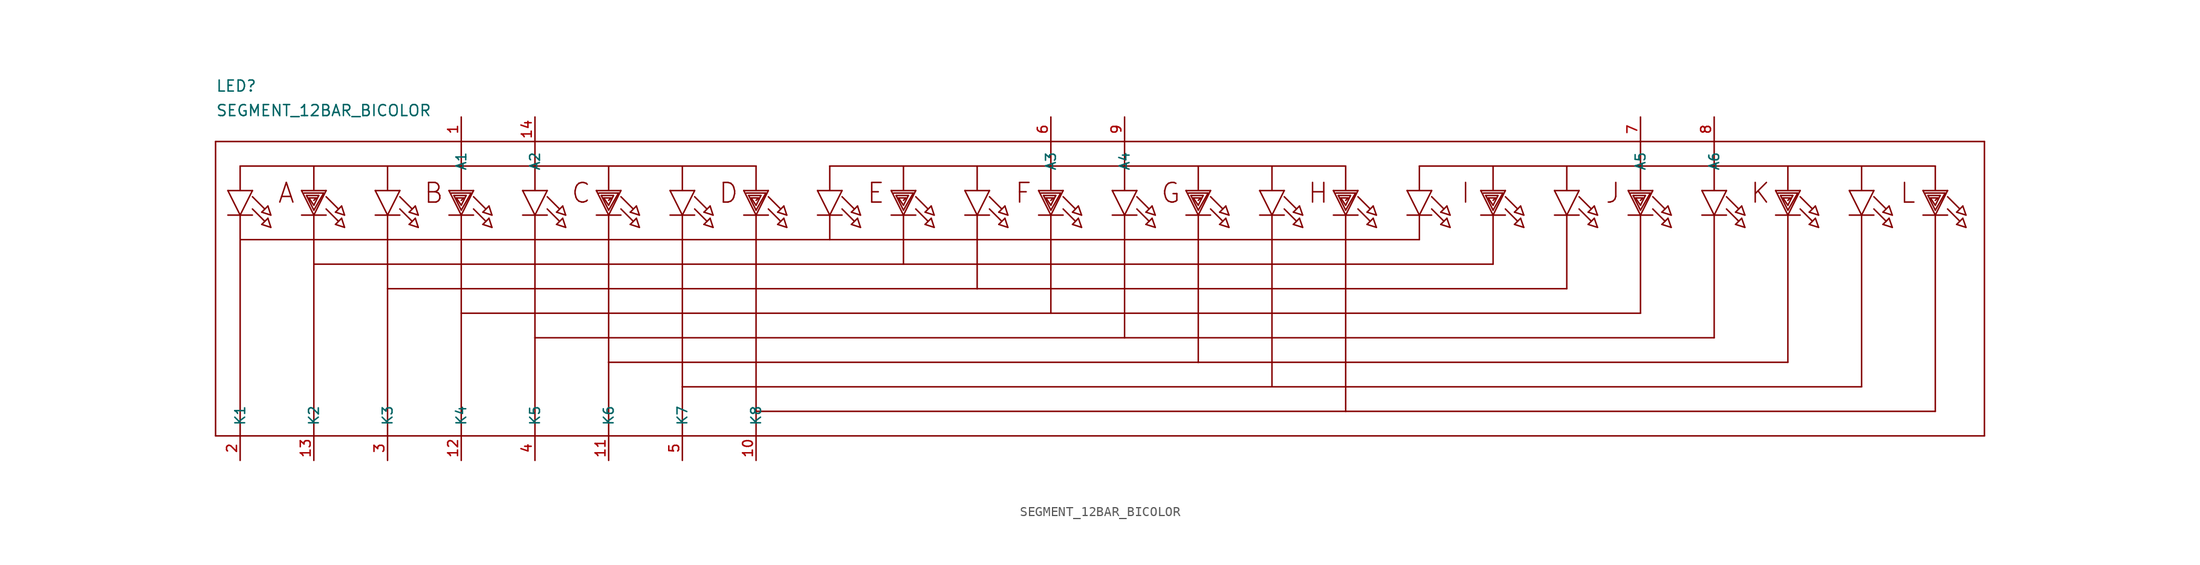
<source format=kicad_sym>
(kicad_symbol_lib
  (version 20211014)
  (generator kicad_symbol_editor)
  (symbol "SEGMENT_12BAR_BICOLOR"
    (pin_names
      (offset 1.016))
    (property "Reference" "LED"
      (at -88.9 20.32 0)
      (effects (font (size 1.143 1.143)) (justify left bottom)))
    (property "Value" "SEGMENT_12BAR_BICOLOR"
      (at -88.9 17.78 0)
      (effects (font (size 1.143 1.143)) (justify left bottom)))
    (property "ki_locked" ""
      (at 0 0 0)
      (effects (font (size 1.27 1.27))))
    (symbol "SEGMENT_12BAR_BICOLOR_1_0"
      (polyline (pts (xy -88.9 -15.24) (xy -88.9 15.24)) (stroke (width 0) (type default) (color 0 0 0 0)) (fill (type none)))
      (polyline (pts (xy -88.9 15.24) (xy -63.5 15.24)) (stroke (width 0) (type default) (color 0 0 0 0)) (fill (type none)))
      (polyline (pts (xy -87.63 10.16) (xy -86.36 7.62)) (stroke (width 0) (type default) (color 0 0 0 0)) (fill (type none)))
      (polyline (pts (xy -86.36 -15.24) (xy -88.9 -15.24)) (stroke (width 0) (type default) (color 0 0 0 0)) (fill (type none)))
      (polyline (pts (xy -86.36 5.08) (xy -86.36 -15.24)) (stroke (width 0) (type default) (color 0 0 0 0)) (fill (type none)))
      (polyline (pts (xy -86.36 5.08) (xy -25.4 5.08)) (stroke (width 0) (type default) (color 0 0 0 0)) (fill (type none)))
      (polyline (pts (xy -86.36 7.62) (xy -87.63 7.62)) (stroke (width 0) (type default) (color 0 0 0 0)) (fill (type none)))
      (polyline (pts (xy -86.36 7.62) (xy -86.36 5.08)) (stroke (width 0) (type default) (color 0 0 0 0)) (fill (type none)))
      (polyline (pts (xy -86.36 7.62) (xy -85.09 10.16)) (stroke (width 0) (type default) (color 0 0 0 0)) (fill (type none)))
      (polyline (pts (xy -86.36 10.16) (xy -87.63 10.16)) (stroke (width 0) (type default) (color 0 0 0 0)) (fill (type none)))
      (polyline (pts (xy -86.36 10.16) (xy -86.36 12.7)) (stroke (width 0) (type default) (color 0 0 0 0)) (fill (type none)))
      (polyline (pts (xy -86.36 12.7) (xy -78.74 12.7)) (stroke (width 0) (type default) (color 0 0 0 0)) (fill (type none)))
      (polyline (pts (xy -85.09 7.62) (xy -86.36 7.62)) (stroke (width 0) (type default) (color 0 0 0 0)) (fill (type none)))
      (polyline (pts (xy -85.09 8.255) (xy -83.82 6.985)) (stroke (width 0) (type default) (color 0 0 0 0)) (fill (type none)))
      (polyline (pts (xy -85.09 9.525) (xy -83.82 8.255)) (stroke (width 0) (type default) (color 0 0 0 0)) (fill (type none)))
      (polyline (pts (xy -85.09 10.16) (xy -86.36 10.16)) (stroke (width 0) (type default) (color 0 0 0 0)) (fill (type none)))
      (polyline (pts (xy -84.125 6.655) (xy -83.185 6.35)) (stroke (width 0) (type default) (color 0 0 0 0)) (fill (type none)))
      (polyline (pts (xy -84.125 7.925) (xy -83.185 7.62)) (stroke (width 0) (type default) (color 0 0 0 0)) (fill (type none)))
      (polyline (pts (xy -83.49 7.29) (xy -84.125 6.655)) (stroke (width 0) (type default) (color 0 0 0 0)) (fill (type none)))
      (polyline (pts (xy -83.49 8.56) (xy -84.125 7.925)) (stroke (width 0) (type default) (color 0 0 0 0)) (fill (type none)))
      (polyline (pts (xy -83.185 6.35) (xy -83.49 7.29)) (stroke (width 0) (type default) (color 0 0 0 0)) (fill (type none)))
      (polyline (pts (xy -83.185 7.62) (xy -83.49 8.56)) (stroke (width 0) (type default) (color 0 0 0 0)) (fill (type none)))
      (polyline (pts (xy -80.01 10.16) (xy -78.74 7.62)) (stroke (width 0) (type default) (color 0 0 0 0)) (fill (type none)))
      (polyline (pts (xy -79.756 9.906) (xy -77.724 9.906)) (stroke (width 0) (type default) (color 0 0 0 0)) (fill (type none)))
      (polyline (pts (xy -79.502 9.652) (xy -78.232 9.652)) (stroke (width 0) (type default) (color 0 0 0 0)) (fill (type none)))
      (polyline (pts (xy -79.248 9.398) (xy -78.486 9.398)) (stroke (width 0) (type default) (color 0 0 0 0)) (fill (type none)))
      (polyline (pts (xy -78.74 -15.24) (xy -86.36 -15.24)) (stroke (width 0) (type default) (color 0 0 0 0)) (fill (type none)))
      (polyline (pts (xy -78.74 2.54) (xy -78.74 -15.24)) (stroke (width 0) (type default) (color 0 0 0 0)) (fill (type none)))
      (polyline (pts (xy -78.74 2.54) (xy -17.78 2.54)) (stroke (width 0) (type default) (color 0 0 0 0)) (fill (type none)))
      (polyline (pts (xy -78.74 7.62) (xy -80.01 7.62)) (stroke (width 0) (type default) (color 0 0 0 0)) (fill (type none)))
      (polyline (pts (xy -78.74 7.62) (xy -78.74 2.54)) (stroke (width 0) (type default) (color 0 0 0 0)) (fill (type none)))
      (polyline (pts (xy -78.74 7.62) (xy -77.47 10.16)) (stroke (width 0) (type default) (color 0 0 0 0)) (fill (type none)))
      (polyline (pts (xy -78.74 8.128) (xy -79.502 9.652)) (stroke (width 0) (type default) (color 0 0 0 0)) (fill (type none)))
      (polyline (pts (xy -78.74 8.636) (xy -79.248 9.398)) (stroke (width 0) (type default) (color 0 0 0 0)) (fill (type none)))
      (polyline (pts (xy -78.74 10.16) (xy -80.01 10.16)) (stroke (width 0) (type default) (color 0 0 0 0)) (fill (type none)))
      (polyline (pts (xy -78.74 10.16) (xy -78.74 12.7)) (stroke (width 0) (type default) (color 0 0 0 0)) (fill (type none)))
      (polyline (pts (xy -78.74 12.7) (xy -71.12 12.7)) (stroke (width 0) (type default) (color 0 0 0 0)) (fill (type none)))
      (polyline (pts (xy -78.486 9.398) (xy -78.74 9.144)) (stroke (width 0) (type default) (color 0 0 0 0)) (fill (type none)))
      (polyline (pts (xy -78.232 9.652) (xy -78.74 8.636)) (stroke (width 0) (type default) (color 0 0 0 0)) (fill (type none)))
      (polyline (pts (xy -77.724 9.906) (xy -78.74 8.128)) (stroke (width 0) (type default) (color 0 0 0 0)) (fill (type none)))
      (polyline (pts (xy -77.47 7.62) (xy -78.74 7.62)) (stroke (width 0) (type default) (color 0 0 0 0)) (fill (type none)))
      (polyline (pts (xy -77.47 8.255) (xy -76.2 6.985)) (stroke (width 0) (type default) (color 0 0 0 0)) (fill (type none)))
      (polyline (pts (xy -77.47 9.525) (xy -76.2 8.255)) (stroke (width 0) (type default) (color 0 0 0 0)) (fill (type none)))
      (polyline (pts (xy -77.47 10.16) (xy -78.74 10.16)) (stroke (width 0) (type default) (color 0 0 0 0)) (fill (type none)))
      (polyline (pts (xy -76.505 6.655) (xy -75.565 6.35)) (stroke (width 0) (type default) (color 0 0 0 0)) (fill (type none)))
      (polyline (pts (xy -76.505 7.925) (xy -75.565 7.62)) (stroke (width 0) (type default) (color 0 0 0 0)) (fill (type none)))
      (polyline (pts (xy -75.87 7.29) (xy -76.505 6.655)) (stroke (width 0) (type default) (color 0 0 0 0)) (fill (type none)))
      (polyline (pts (xy -75.87 8.56) (xy -76.505 7.925)) (stroke (width 0) (type default) (color 0 0 0 0)) (fill (type none)))
      (polyline (pts (xy -75.565 6.35) (xy -75.87 7.29)) (stroke (width 0) (type default) (color 0 0 0 0)) (fill (type none)))
      (polyline (pts (xy -75.565 7.62) (xy -75.87 8.56)) (stroke (width 0) (type default) (color 0 0 0 0)) (fill (type none)))
      (polyline (pts (xy -72.39 10.16) (xy -71.12 7.62)) (stroke (width 0) (type default) (color 0 0 0 0)) (fill (type none)))
      (polyline (pts (xy -71.12 -15.24) (xy -78.74 -15.24)) (stroke (width 0) (type default) (color 0 0 0 0)) (fill (type none)))
      (polyline (pts (xy -71.12 0) (xy -71.12 -15.24)) (stroke (width 0) (type default) (color 0 0 0 0)) (fill (type none)))
      (polyline (pts (xy -71.12 0) (xy -10.16 0)) (stroke (width 0) (type default) (color 0 0 0 0)) (fill (type none)))
      (polyline (pts (xy -71.12 7.62) (xy -72.39 7.62)) (stroke (width 0) (type default) (color 0 0 0 0)) (fill (type none)))
      (polyline (pts (xy -71.12 7.62) (xy -71.12 0)) (stroke (width 0) (type default) (color 0 0 0 0)) (fill (type none)))
      (polyline (pts (xy -71.12 7.62) (xy -69.85 10.16)) (stroke (width 0) (type default) (color 0 0 0 0)) (fill (type none)))
      (polyline (pts (xy -71.12 10.16) (xy -72.39 10.16)) (stroke (width 0) (type default) (color 0 0 0 0)) (fill (type none)))
      (polyline (pts (xy -71.12 10.16) (xy -71.12 12.7)) (stroke (width 0) (type default) (color 0 0 0 0)) (fill (type none)))
      (polyline (pts (xy -71.12 12.7) (xy -63.5 12.7)) (stroke (width 0) (type default) (color 0 0 0 0)) (fill (type none)))
      (polyline (pts (xy -69.85 7.62) (xy -71.12 7.62)) (stroke (width 0) (type default) (color 0 0 0 0)) (fill (type none)))
      (polyline (pts (xy -69.85 8.255) (xy -68.58 6.985)) (stroke (width 0) (type default) (color 0 0 0 0)) (fill (type none)))
      (polyline (pts (xy -69.85 9.525) (xy -68.58 8.255)) (stroke (width 0) (type default) (color 0 0 0 0)) (fill (type none)))
      (polyline (pts (xy -69.85 10.16) (xy -71.12 10.16)) (stroke (width 0) (type default) (color 0 0 0 0)) (fill (type none)))
      (polyline (pts (xy -68.885 6.655) (xy -67.945 6.35)) (stroke (width 0) (type default) (color 0 0 0 0)) (fill (type none)))
      (polyline (pts (xy -68.885 7.925) (xy -67.945 7.62)) (stroke (width 0) (type default) (color 0 0 0 0)) (fill (type none)))
      (polyline (pts (xy -68.25 7.29) (xy -68.885 6.655)) (stroke (width 0) (type default) (color 0 0 0 0)) (fill (type none)))
      (polyline (pts (xy -68.25 8.56) (xy -68.885 7.925)) (stroke (width 0) (type default) (color 0 0 0 0)) (fill (type none)))
      (polyline (pts (xy -67.945 6.35) (xy -68.25 7.29)) (stroke (width 0) (type default) (color 0 0 0 0)) (fill (type none)))
      (polyline (pts (xy -67.945 7.62) (xy -68.25 8.56)) (stroke (width 0) (type default) (color 0 0 0 0)) (fill (type none)))
      (polyline (pts (xy -64.77 10.16) (xy -63.5 7.62)) (stroke (width 0) (type default) (color 0 0 0 0)) (fill (type none)))
      (polyline (pts (xy -64.516 9.906) (xy -62.484 9.906)) (stroke (width 0) (type default) (color 0 0 0 0)) (fill (type none)))
      (polyline (pts (xy -64.262 9.652) (xy -62.992 9.652)) (stroke (width 0) (type default) (color 0 0 0 0)) (fill (type none)))
      (polyline (pts (xy -64.008 9.398) (xy -63.246 9.398)) (stroke (width 0) (type default) (color 0 0 0 0)) (fill (type none)))
      (polyline (pts (xy -63.5 -15.24) (xy -71.12 -15.24)) (stroke (width 0) (type default) (color 0 0 0 0)) (fill (type none)))
      (polyline (pts (xy -63.5 -2.54) (xy -63.5 -15.24)) (stroke (width 0) (type default) (color 0 0 0 0)) (fill (type none)))
      (polyline (pts (xy -63.5 -2.54) (xy -2.54 -2.54)) (stroke (width 0) (type default) (color 0 0 0 0)) (fill (type none)))
      (polyline (pts (xy -63.5 7.62) (xy -64.77 7.62)) (stroke (width 0) (type default) (color 0 0 0 0)) (fill (type none)))
      (polyline (pts (xy -63.5 7.62) (xy -63.5 -2.54)) (stroke (width 0) (type default) (color 0 0 0 0)) (fill (type none)))
      (polyline (pts (xy -63.5 7.62) (xy -62.23 10.16)) (stroke (width 0) (type default) (color 0 0 0 0)) (fill (type none)))
      (polyline (pts (xy -63.5 8.128) (xy -64.262 9.652)) (stroke (width 0) (type default) (color 0 0 0 0)) (fill (type none)))
      (polyline (pts (xy -63.5 8.636) (xy -64.008 9.398)) (stroke (width 0) (type default) (color 0 0 0 0)) (fill (type none)))
      (polyline (pts (xy -63.5 10.16) (xy -64.77 10.16)) (stroke (width 0) (type default) (color 0 0 0 0)) (fill (type none)))
      (polyline (pts (xy -63.5 10.16) (xy -63.5 12.7)) (stroke (width 0) (type default) (color 0 0 0 0)) (fill (type none)))
      (polyline (pts (xy -63.5 12.7) (xy -63.5 15.24)) (stroke (width 0) (type default) (color 0 0 0 0)) (fill (type none)))
      (polyline (pts (xy -63.5 15.24) (xy -55.88 15.24)) (stroke (width 0) (type default) (color 0 0 0 0)) (fill (type none)))
      (polyline (pts (xy -63.246 9.398) (xy -63.5 9.144)) (stroke (width 0) (type default) (color 0 0 0 0)) (fill (type none)))
      (polyline (pts (xy -62.992 9.652) (xy -63.5 8.636)) (stroke (width 0) (type default) (color 0 0 0 0)) (fill (type none)))
      (polyline (pts (xy -62.484 9.906) (xy -63.5 8.128)) (stroke (width 0) (type default) (color 0 0 0 0)) (fill (type none)))
      (polyline (pts (xy -62.23 7.62) (xy -63.5 7.62)) (stroke (width 0) (type default) (color 0 0 0 0)) (fill (type none)))
      (polyline (pts (xy -62.23 8.255) (xy -60.96 6.985)) (stroke (width 0) (type default) (color 0 0 0 0)) (fill (type none)))
      (polyline (pts (xy -62.23 9.525) (xy -60.96 8.255)) (stroke (width 0) (type default) (color 0 0 0 0)) (fill (type none)))
      (polyline (pts (xy -62.23 10.16) (xy -63.5 10.16)) (stroke (width 0) (type default) (color 0 0 0 0)) (fill (type none)))
      (polyline (pts (xy -61.265 6.655) (xy -60.325 6.35)) (stroke (width 0) (type default) (color 0 0 0 0)) (fill (type none)))
      (polyline (pts (xy -61.265 7.925) (xy -60.325 7.62)) (stroke (width 0) (type default) (color 0 0 0 0)) (fill (type none)))
      (polyline (pts (xy -60.63 7.29) (xy -61.265 6.655)) (stroke (width 0) (type default) (color 0 0 0 0)) (fill (type none)))
      (polyline (pts (xy -60.63 8.56) (xy -61.265 7.925)) (stroke (width 0) (type default) (color 0 0 0 0)) (fill (type none)))
      (polyline (pts (xy -60.325 6.35) (xy -60.63 7.29)) (stroke (width 0) (type default) (color 0 0 0 0)) (fill (type none)))
      (polyline (pts (xy -60.325 7.62) (xy -60.63 8.56)) (stroke (width 0) (type default) (color 0 0 0 0)) (fill (type none)))
      (polyline (pts (xy -57.15 10.16) (xy -55.88 7.62)) (stroke (width 0) (type default) (color 0 0 0 0)) (fill (type none)))
      (polyline (pts (xy -55.88 -15.24) (xy -63.5 -15.24)) (stroke (width 0) (type default) (color 0 0 0 0)) (fill (type none)))
      (polyline (pts (xy -55.88 -5.08) (xy -55.88 -15.24)) (stroke (width 0) (type default) (color 0 0 0 0)) (fill (type none)))
      (polyline (pts (xy -55.88 -5.08) (xy 5.08 -5.08)) (stroke (width 0) (type default) (color 0 0 0 0)) (fill (type none)))
      (polyline (pts (xy -55.88 7.62) (xy -57.15 7.62)) (stroke (width 0) (type default) (color 0 0 0 0)) (fill (type none)))
      (polyline (pts (xy -55.88 7.62) (xy -55.88 -5.08)) (stroke (width 0) (type default) (color 0 0 0 0)) (fill (type none)))
      (polyline (pts (xy -55.88 7.62) (xy -54.61 10.16)) (stroke (width 0) (type default) (color 0 0 0 0)) (fill (type none)))
      (polyline (pts (xy -55.88 10.16) (xy -57.15 10.16)) (stroke (width 0) (type default) (color 0 0 0 0)) (fill (type none)))
      (polyline (pts (xy -55.88 10.16) (xy -55.88 12.7)) (stroke (width 0) (type default) (color 0 0 0 0)) (fill (type none)))
      (polyline (pts (xy -55.88 12.7) (xy -63.5 12.7)) (stroke (width 0) (type default) (color 0 0 0 0)) (fill (type none)))
      (polyline (pts (xy -55.88 12.7) (xy -55.88 15.24)) (stroke (width 0) (type default) (color 0 0 0 0)) (fill (type none)))
      (polyline (pts (xy -55.88 15.24) (xy -2.54 15.24)) (stroke (width 0) (type default) (color 0 0 0 0)) (fill (type none)))
      (polyline (pts (xy -54.61 7.62) (xy -55.88 7.62)) (stroke (width 0) (type default) (color 0 0 0 0)) (fill (type none)))
      (polyline (pts (xy -54.61 8.255) (xy -53.34 6.985)) (stroke (width 0) (type default) (color 0 0 0 0)) (fill (type none)))
      (polyline (pts (xy -54.61 9.525) (xy -53.34 8.255)) (stroke (width 0) (type default) (color 0 0 0 0)) (fill (type none)))
      (polyline (pts (xy -54.61 10.16) (xy -55.88 10.16)) (stroke (width 0) (type default) (color 0 0 0 0)) (fill (type none)))
      (polyline (pts (xy -53.645 6.655) (xy -52.705 6.35)) (stroke (width 0) (type default) (color 0 0 0 0)) (fill (type none)))
      (polyline (pts (xy -53.645 7.925) (xy -52.705 7.62)) (stroke (width 0) (type default) (color 0 0 0 0)) (fill (type none)))
      (polyline (pts (xy -53.01 7.29) (xy -53.645 6.655)) (stroke (width 0) (type default) (color 0 0 0 0)) (fill (type none)))
      (polyline (pts (xy -53.01 8.56) (xy -53.645 7.925)) (stroke (width 0) (type default) (color 0 0 0 0)) (fill (type none)))
      (polyline (pts (xy -52.705 6.35) (xy -53.01 7.29)) (stroke (width 0) (type default) (color 0 0 0 0)) (fill (type none)))
      (polyline (pts (xy -52.705 7.62) (xy -53.01 8.56)) (stroke (width 0) (type default) (color 0 0 0 0)) (fill (type none)))
      (polyline (pts (xy -49.53 10.16) (xy -48.26 7.62)) (stroke (width 0) (type default) (color 0 0 0 0)) (fill (type none)))
      (polyline (pts (xy -49.276 9.906) (xy -47.244 9.906)) (stroke (width 0) (type default) (color 0 0 0 0)) (fill (type none)))
      (polyline (pts (xy -49.022 9.652) (xy -47.752 9.652)) (stroke (width 0) (type default) (color 0 0 0 0)) (fill (type none)))
      (polyline (pts (xy -48.768 9.398) (xy -48.006 9.398)) (stroke (width 0) (type default) (color 0 0 0 0)) (fill (type none)))
      (polyline (pts (xy -48.26 -15.24) (xy -55.88 -15.24)) (stroke (width 0) (type default) (color 0 0 0 0)) (fill (type none)))
      (polyline (pts (xy -48.26 -7.62) (xy -48.26 -15.24)) (stroke (width 0) (type default) (color 0 0 0 0)) (fill (type none)))
      (polyline (pts (xy -48.26 -7.62) (xy 12.7 -7.62)) (stroke (width 0) (type default) (color 0 0 0 0)) (fill (type none)))
      (polyline (pts (xy -48.26 7.62) (xy -49.53 7.62)) (stroke (width 0) (type default) (color 0 0 0 0)) (fill (type none)))
      (polyline (pts (xy -48.26 7.62) (xy -48.26 -7.62)) (stroke (width 0) (type default) (color 0 0 0 0)) (fill (type none)))
      (polyline (pts (xy -48.26 7.62) (xy -46.99 10.16)) (stroke (width 0) (type default) (color 0 0 0 0)) (fill (type none)))
      (polyline (pts (xy -48.26 8.128) (xy -49.022 9.652)) (stroke (width 0) (type default) (color 0 0 0 0)) (fill (type none)))
      (polyline (pts (xy -48.26 8.636) (xy -48.768 9.398)) (stroke (width 0) (type default) (color 0 0 0 0)) (fill (type none)))
      (polyline (pts (xy -48.26 10.16) (xy -49.53 10.16)) (stroke (width 0) (type default) (color 0 0 0 0)) (fill (type none)))
      (polyline (pts (xy -48.26 10.16) (xy -48.26 12.7)) (stroke (width 0) (type default) (color 0 0 0 0)) (fill (type none)))
      (polyline (pts (xy -48.26 12.7) (xy -55.88 12.7)) (stroke (width 0) (type default) (color 0 0 0 0)) (fill (type none)))
      (polyline (pts (xy -48.006 9.398) (xy -48.26 9.144)) (stroke (width 0) (type default) (color 0 0 0 0)) (fill (type none)))
      (polyline (pts (xy -47.752 9.652) (xy -48.26 8.636)) (stroke (width 0) (type default) (color 0 0 0 0)) (fill (type none)))
      (polyline (pts (xy -47.244 9.906) (xy -48.26 8.128)) (stroke (width 0) (type default) (color 0 0 0 0)) (fill (type none)))
      (polyline (pts (xy -46.99 7.62) (xy -48.26 7.62)) (stroke (width 0) (type default) (color 0 0 0 0)) (fill (type none)))
      (polyline (pts (xy -46.99 8.255) (xy -45.72 6.985)) (stroke (width 0) (type default) (color 0 0 0 0)) (fill (type none)))
      (polyline (pts (xy -46.99 9.525) (xy -45.72 8.255)) (stroke (width 0) (type default) (color 0 0 0 0)) (fill (type none)))
      (polyline (pts (xy -46.99 10.16) (xy -48.26 10.16)) (stroke (width 0) (type default) (color 0 0 0 0)) (fill (type none)))
      (polyline (pts (xy -46.025 6.655) (xy -45.085 6.35)) (stroke (width 0) (type default) (color 0 0 0 0)) (fill (type none)))
      (polyline (pts (xy -46.025 7.925) (xy -45.085 7.62)) (stroke (width 0) (type default) (color 0 0 0 0)) (fill (type none)))
      (polyline (pts (xy -45.39 7.29) (xy -46.025 6.655)) (stroke (width 0) (type default) (color 0 0 0 0)) (fill (type none)))
      (polyline (pts (xy -45.39 8.56) (xy -46.025 7.925)) (stroke (width 0) (type default) (color 0 0 0 0)) (fill (type none)))
      (polyline (pts (xy -45.085 6.35) (xy -45.39 7.29)) (stroke (width 0) (type default) (color 0 0 0 0)) (fill (type none)))
      (polyline (pts (xy -45.085 7.62) (xy -45.39 8.56)) (stroke (width 0) (type default) (color 0 0 0 0)) (fill (type none)))
      (polyline (pts (xy -41.91 10.16) (xy -40.64 7.62)) (stroke (width 0) (type default) (color 0 0 0 0)) (fill (type none)))
      (polyline (pts (xy -40.64 -15.24) (xy -48.26 -15.24)) (stroke (width 0) (type default) (color 0 0 0 0)) (fill (type none)))
      (polyline (pts (xy -40.64 -10.16) (xy -40.64 -15.24)) (stroke (width 0) (type default) (color 0 0 0 0)) (fill (type none)))
      (polyline (pts (xy -40.64 -10.16) (xy 20.32 -10.16)) (stroke (width 0) (type default) (color 0 0 0 0)) (fill (type none)))
      (polyline (pts (xy -40.64 7.62) (xy -41.91 7.62)) (stroke (width 0) (type default) (color 0 0 0 0)) (fill (type none)))
      (polyline (pts (xy -40.64 7.62) (xy -40.64 -10.16)) (stroke (width 0) (type default) (color 0 0 0 0)) (fill (type none)))
      (polyline (pts (xy -40.64 7.62) (xy -39.37 10.16)) (stroke (width 0) (type default) (color 0 0 0 0)) (fill (type none)))
      (polyline (pts (xy -40.64 10.16) (xy -41.91 10.16)) (stroke (width 0) (type default) (color 0 0 0 0)) (fill (type none)))
      (polyline (pts (xy -40.64 10.16) (xy -40.64 12.7)) (stroke (width 0) (type default) (color 0 0 0 0)) (fill (type none)))
      (polyline (pts (xy -40.64 12.7) (xy -48.26 12.7)) (stroke (width 0) (type default) (color 0 0 0 0)) (fill (type none)))
      (polyline (pts (xy -40.64 12.7) (xy -33.02 12.7)) (stroke (width 0) (type default) (color 0 0 0 0)) (fill (type none)))
      (polyline (pts (xy -39.37 7.62) (xy -40.64 7.62)) (stroke (width 0) (type default) (color 0 0 0 0)) (fill (type none)))
      (polyline (pts (xy -39.37 8.255) (xy -38.1 6.985)) (stroke (width 0) (type default) (color 0 0 0 0)) (fill (type none)))
      (polyline (pts (xy -39.37 9.525) (xy -38.1 8.255)) (stroke (width 0) (type default) (color 0 0 0 0)) (fill (type none)))
      (polyline (pts (xy -39.37 10.16) (xy -40.64 10.16)) (stroke (width 0) (type default) (color 0 0 0 0)) (fill (type none)))
      (polyline (pts (xy -38.405 6.655) (xy -37.465 6.35)) (stroke (width 0) (type default) (color 0 0 0 0)) (fill (type none)))
      (polyline (pts (xy -38.405 7.925) (xy -37.465 7.62)) (stroke (width 0) (type default) (color 0 0 0 0)) (fill (type none)))
      (polyline (pts (xy -37.77 7.29) (xy -38.405 6.655)) (stroke (width 0) (type default) (color 0 0 0 0)) (fill (type none)))
      (polyline (pts (xy -37.77 8.56) (xy -38.405 7.925)) (stroke (width 0) (type default) (color 0 0 0 0)) (fill (type none)))
      (polyline (pts (xy -37.465 6.35) (xy -37.77 7.29)) (stroke (width 0) (type default) (color 0 0 0 0)) (fill (type none)))
      (polyline (pts (xy -37.465 7.62) (xy -37.77 8.56)) (stroke (width 0) (type default) (color 0 0 0 0)) (fill (type none)))
      (polyline (pts (xy -34.29 10.16) (xy -33.02 7.62)) (stroke (width 0) (type default) (color 0 0 0 0)) (fill (type none)))
      (polyline (pts (xy -34.036 9.906) (xy -32.004 9.906)) (stroke (width 0) (type default) (color 0 0 0 0)) (fill (type none)))
      (polyline (pts (xy -33.782 9.652) (xy -32.512 9.652)) (stroke (width 0) (type default) (color 0 0 0 0)) (fill (type none)))
      (polyline (pts (xy -33.528 9.398) (xy -32.766 9.398)) (stroke (width 0) (type default) (color 0 0 0 0)) (fill (type none)))
      (polyline (pts (xy -33.02 -15.24) (xy -40.64 -15.24)) (stroke (width 0) (type default) (color 0 0 0 0)) (fill (type none)))
      (polyline (pts (xy -33.02 -12.7) (xy -33.02 -15.24)) (stroke (width 0) (type default) (color 0 0 0 0)) (fill (type none)))
      (polyline (pts (xy -33.02 -12.7) (xy 27.94 -12.7)) (stroke (width 0) (type default) (color 0 0 0 0)) (fill (type none)))
      (polyline (pts (xy -33.02 7.62) (xy -34.29 7.62)) (stroke (width 0) (type default) (color 0 0 0 0)) (fill (type none)))
      (polyline (pts (xy -33.02 7.62) (xy -33.02 -12.7)) (stroke (width 0) (type default) (color 0 0 0 0)) (fill (type none)))
      (polyline (pts (xy -33.02 7.62) (xy -31.75 10.16)) (stroke (width 0) (type default) (color 0 0 0 0)) (fill (type none)))
      (polyline (pts (xy -33.02 8.128) (xy -33.782 9.652)) (stroke (width 0) (type default) (color 0 0 0 0)) (fill (type none)))
      (polyline (pts (xy -33.02 8.636) (xy -33.528 9.398)) (stroke (width 0) (type default) (color 0 0 0 0)) (fill (type none)))
      (polyline (pts (xy -33.02 10.16) (xy -34.29 10.16)) (stroke (width 0) (type default) (color 0 0 0 0)) (fill (type none)))
      (polyline (pts (xy -33.02 12.7) (xy -33.02 10.16)) (stroke (width 0) (type default) (color 0 0 0 0)) (fill (type none)))
      (polyline (pts (xy -32.766 9.398) (xy -33.02 9.144)) (stroke (width 0) (type default) (color 0 0 0 0)) (fill (type none)))
      (polyline (pts (xy -32.512 9.652) (xy -33.02 8.636)) (stroke (width 0) (type default) (color 0 0 0 0)) (fill (type none)))
      (polyline (pts (xy -32.004 9.906) (xy -33.02 8.128)) (stroke (width 0) (type default) (color 0 0 0 0)) (fill (type none)))
      (polyline (pts (xy -31.75 7.62) (xy -33.02 7.62)) (stroke (width 0) (type default) (color 0 0 0 0)) (fill (type none)))
      (polyline (pts (xy -31.75 8.255) (xy -30.48 6.985)) (stroke (width 0) (type default) (color 0 0 0 0)) (fill (type none)))
      (polyline (pts (xy -31.75 9.525) (xy -30.48 8.255)) (stroke (width 0) (type default) (color 0 0 0 0)) (fill (type none)))
      (polyline (pts (xy -31.75 10.16) (xy -33.02 10.16)) (stroke (width 0) (type default) (color 0 0 0 0)) (fill (type none)))
      (polyline (pts (xy -30.785 6.655) (xy -29.845 6.35)) (stroke (width 0) (type default) (color 0 0 0 0)) (fill (type none)))
      (polyline (pts (xy -30.785 7.925) (xy -29.845 7.62)) (stroke (width 0) (type default) (color 0 0 0 0)) (fill (type none)))
      (polyline (pts (xy -30.15 7.29) (xy -30.785 6.655)) (stroke (width 0) (type default) (color 0 0 0 0)) (fill (type none)))
      (polyline (pts (xy -30.15 8.56) (xy -30.785 7.925)) (stroke (width 0) (type default) (color 0 0 0 0)) (fill (type none)))
      (polyline (pts (xy -29.845 6.35) (xy -30.15 7.29)) (stroke (width 0) (type default) (color 0 0 0 0)) (fill (type none)))
      (polyline (pts (xy -29.845 7.62) (xy -30.15 8.56)) (stroke (width 0) (type default) (color 0 0 0 0)) (fill (type none)))
      (polyline (pts (xy -26.67 10.16) (xy -25.4 7.62)) (stroke (width 0) (type default) (color 0 0 0 0)) (fill (type none)))
      (polyline (pts (xy -25.4 5.08) (xy -25.4 7.62)) (stroke (width 0) (type default) (color 0 0 0 0)) (fill (type none)))
      (polyline (pts (xy -25.4 5.08) (xy -17.78 5.08)) (stroke (width 0) (type default) (color 0 0 0 0)) (fill (type none)))
      (polyline (pts (xy -25.4 7.62) (xy -26.67 7.62)) (stroke (width 0) (type default) (color 0 0 0 0)) (fill (type none)))
      (polyline (pts (xy -25.4 7.62) (xy -24.13 10.16)) (stroke (width 0) (type default) (color 0 0 0 0)) (fill (type none)))
      (polyline (pts (xy -25.4 10.16) (xy -25.4 12.7)) (stroke (width 0) (type default) (color 0 0 0 0)) (fill (type none)))
      (polyline (pts (xy -25.4 12.7) (xy -17.78 12.7)) (stroke (width 0) (type default) (color 0 0 0 0)) (fill (type none)))
      (polyline (pts (xy -24.13 7.62) (xy -25.4 7.62)) (stroke (width 0) (type default) (color 0 0 0 0)) (fill (type none)))
      (polyline (pts (xy -24.13 8.255) (xy -22.86 6.985)) (stroke (width 0) (type default) (color 0 0 0 0)) (fill (type none)))
      (polyline (pts (xy -24.13 9.525) (xy -22.86 8.255)) (stroke (width 0) (type default) (color 0 0 0 0)) (fill (type none)))
      (polyline (pts (xy -24.13 10.16) (xy -26.67 10.16)) (stroke (width 0) (type default) (color 0 0 0 0)) (fill (type none)))
      (polyline (pts (xy -23.165 6.655) (xy -22.225 6.35)) (stroke (width 0) (type default) (color 0 0 0 0)) (fill (type none)))
      (polyline (pts (xy -23.165 7.925) (xy -22.225 7.62)) (stroke (width 0) (type default) (color 0 0 0 0)) (fill (type none)))
      (polyline (pts (xy -22.53 7.29) (xy -23.165 6.655)) (stroke (width 0) (type default) (color 0 0 0 0)) (fill (type none)))
      (polyline (pts (xy -22.53 8.56) (xy -23.165 7.925)) (stroke (width 0) (type default) (color 0 0 0 0)) (fill (type none)))
      (polyline (pts (xy -22.225 6.35) (xy -22.53 7.29)) (stroke (width 0) (type default) (color 0 0 0 0)) (fill (type none)))
      (polyline (pts (xy -22.225 7.62) (xy -22.53 8.56)) (stroke (width 0) (type default) (color 0 0 0 0)) (fill (type none)))
      (polyline (pts (xy -19.05 10.16) (xy -17.78 7.62)) (stroke (width 0) (type default) (color 0 0 0 0)) (fill (type none)))
      (polyline (pts (xy -18.796 9.906) (xy -16.764 9.906)) (stroke (width 0) (type default) (color 0 0 0 0)) (fill (type none)))
      (polyline (pts (xy -18.542 9.652) (xy -17.272 9.652)) (stroke (width 0) (type default) (color 0 0 0 0)) (fill (type none)))
      (polyline (pts (xy -18.288 9.398) (xy -17.526 9.398)) (stroke (width 0) (type default) (color 0 0 0 0)) (fill (type none)))
      (polyline (pts (xy -17.78 2.54) (xy -17.78 5.08)) (stroke (width 0) (type default) (color 0 0 0 0)) (fill (type none)))
      (polyline (pts (xy -17.78 2.54) (xy 43.18 2.54)) (stroke (width 0) (type default) (color 0 0 0 0)) (fill (type none)))
      (polyline (pts (xy -17.78 5.08) (xy -17.78 7.62)) (stroke (width 0) (type default) (color 0 0 0 0)) (fill (type none)))
      (polyline (pts (xy -17.78 5.08) (xy 35.56 5.08)) (stroke (width 0) (type default) (color 0 0 0 0)) (fill (type none)))
      (polyline (pts (xy -17.78 7.62) (xy -19.05 7.62)) (stroke (width 0) (type default) (color 0 0 0 0)) (fill (type none)))
      (polyline (pts (xy -17.78 7.62) (xy -16.51 10.16)) (stroke (width 0) (type default) (color 0 0 0 0)) (fill (type none)))
      (polyline (pts (xy -17.78 8.128) (xy -18.542 9.652)) (stroke (width 0) (type default) (color 0 0 0 0)) (fill (type none)))
      (polyline (pts (xy -17.78 8.636) (xy -18.288 9.398)) (stroke (width 0) (type default) (color 0 0 0 0)) (fill (type none)))
      (polyline (pts (xy -17.78 10.16) (xy -17.78 12.7)) (stroke (width 0) (type default) (color 0 0 0 0)) (fill (type none)))
      (polyline (pts (xy -17.78 12.7) (xy -10.16 12.7)) (stroke (width 0) (type default) (color 0 0 0 0)) (fill (type none)))
      (polyline (pts (xy -17.526 9.398) (xy -17.78 9.144)) (stroke (width 0) (type default) (color 0 0 0 0)) (fill (type none)))
      (polyline (pts (xy -17.272 9.652) (xy -17.78 8.636)) (stroke (width 0) (type default) (color 0 0 0 0)) (fill (type none)))
      (polyline (pts (xy -16.764 9.906) (xy -17.78 8.128)) (stroke (width 0) (type default) (color 0 0 0 0)) (fill (type none)))
      (polyline (pts (xy -16.51 7.62) (xy -17.78 7.62)) (stroke (width 0) (type default) (color 0 0 0 0)) (fill (type none)))
      (polyline (pts (xy -16.51 8.255) (xy -15.24 6.985)) (stroke (width 0) (type default) (color 0 0 0 0)) (fill (type none)))
      (polyline (pts (xy -16.51 9.525) (xy -15.24 8.255)) (stroke (width 0) (type default) (color 0 0 0 0)) (fill (type none)))
      (polyline (pts (xy -16.51 10.16) (xy -19.05 10.16)) (stroke (width 0) (type default) (color 0 0 0 0)) (fill (type none)))
      (polyline (pts (xy -15.545 6.655) (xy -14.605 6.35)) (stroke (width 0) (type default) (color 0 0 0 0)) (fill (type none)))
      (polyline (pts (xy -15.545 7.925) (xy -14.605 7.62)) (stroke (width 0) (type default) (color 0 0 0 0)) (fill (type none)))
      (polyline (pts (xy -14.91 7.29) (xy -15.545 6.655)) (stroke (width 0) (type default) (color 0 0 0 0)) (fill (type none)))
      (polyline (pts (xy -14.91 8.56) (xy -15.545 7.925)) (stroke (width 0) (type default) (color 0 0 0 0)) (fill (type none)))
      (polyline (pts (xy -14.605 6.35) (xy -14.91 7.29)) (stroke (width 0) (type default) (color 0 0 0 0)) (fill (type none)))
      (polyline (pts (xy -14.605 7.62) (xy -14.91 8.56)) (stroke (width 0) (type default) (color 0 0 0 0)) (fill (type none)))
      (polyline (pts (xy -11.43 10.16) (xy -10.16 7.62)) (stroke (width 0) (type default) (color 0 0 0 0)) (fill (type none)))
      (polyline (pts (xy -10.16 0) (xy -10.16 7.62)) (stroke (width 0) (type default) (color 0 0 0 0)) (fill (type none)))
      (polyline (pts (xy -10.16 0) (xy 50.8 0)) (stroke (width 0) (type default) (color 0 0 0 0)) (fill (type none)))
      (polyline (pts (xy -10.16 7.62) (xy -11.43 7.62)) (stroke (width 0) (type default) (color 0 0 0 0)) (fill (type none)))
      (polyline (pts (xy -10.16 7.62) (xy -8.89 10.16)) (stroke (width 0) (type default) (color 0 0 0 0)) (fill (type none)))
      (polyline (pts (xy -10.16 10.16) (xy -10.16 12.7)) (stroke (width 0) (type default) (color 0 0 0 0)) (fill (type none)))
      (polyline (pts (xy -10.16 12.7) (xy -2.54 12.7)) (stroke (width 0) (type default) (color 0 0 0 0)) (fill (type none)))
      (polyline (pts (xy -8.89 7.62) (xy -10.16 7.62)) (stroke (width 0) (type default) (color 0 0 0 0)) (fill (type none)))
      (polyline (pts (xy -8.89 8.255) (xy -7.62 6.985)) (stroke (width 0) (type default) (color 0 0 0 0)) (fill (type none)))
      (polyline (pts (xy -8.89 9.525) (xy -7.62 8.255)) (stroke (width 0) (type default) (color 0 0 0 0)) (fill (type none)))
      (polyline (pts (xy -8.89 10.16) (xy -11.43 10.16)) (stroke (width 0) (type default) (color 0 0 0 0)) (fill (type none)))
      (polyline (pts (xy -7.925 6.655) (xy -6.985 6.35)) (stroke (width 0) (type default) (color 0 0 0 0)) (fill (type none)))
      (polyline (pts (xy -7.925 7.925) (xy -6.985 7.62)) (stroke (width 0) (type default) (color 0 0 0 0)) (fill (type none)))
      (polyline (pts (xy -7.29 7.29) (xy -7.925 6.655)) (stroke (width 0) (type default) (color 0 0 0 0)) (fill (type none)))
      (polyline (pts (xy -7.29 8.56) (xy -7.925 7.925)) (stroke (width 0) (type default) (color 0 0 0 0)) (fill (type none)))
      (polyline (pts (xy -6.985 6.35) (xy -7.29 7.29)) (stroke (width 0) (type default) (color 0 0 0 0)) (fill (type none)))
      (polyline (pts (xy -6.985 7.62) (xy -7.29 8.56)) (stroke (width 0) (type default) (color 0 0 0 0)) (fill (type none)))
      (polyline (pts (xy -3.81 10.16) (xy -2.54 7.62)) (stroke (width 0) (type default) (color 0 0 0 0)) (fill (type none)))
      (polyline (pts (xy -3.556 9.906) (xy -1.524 9.906)) (stroke (width 0) (type default) (color 0 0 0 0)) (fill (type none)))
      (polyline (pts (xy -3.302 9.652) (xy -2.032 9.652)) (stroke (width 0) (type default) (color 0 0 0 0)) (fill (type none)))
      (polyline (pts (xy -3.048 9.398) (xy -2.286 9.398)) (stroke (width 0) (type default) (color 0 0 0 0)) (fill (type none)))
      (polyline (pts (xy -2.54 -2.54) (xy -2.54 7.62)) (stroke (width 0) (type default) (color 0 0 0 0)) (fill (type none)))
      (polyline (pts (xy -2.54 -2.54) (xy 58.42 -2.54)) (stroke (width 0) (type default) (color 0 0 0 0)) (fill (type none)))
      (polyline (pts (xy -2.54 7.62) (xy -3.81 7.62)) (stroke (width 0) (type default) (color 0 0 0 0)) (fill (type none)))
      (polyline (pts (xy -2.54 7.62) (xy -1.27 10.16)) (stroke (width 0) (type default) (color 0 0 0 0)) (fill (type none)))
      (polyline (pts (xy -2.54 8.128) (xy -3.302 9.652)) (stroke (width 0) (type default) (color 0 0 0 0)) (fill (type none)))
      (polyline (pts (xy -2.54 8.636) (xy -3.048 9.398)) (stroke (width 0) (type default) (color 0 0 0 0)) (fill (type none)))
      (polyline (pts (xy -2.54 10.16) (xy -2.54 12.7)) (stroke (width 0) (type default) (color 0 0 0 0)) (fill (type none)))
      (polyline (pts (xy -2.54 12.7) (xy -2.54 15.24)) (stroke (width 0) (type default) (color 0 0 0 0)) (fill (type none)))
      (polyline (pts (xy -2.54 15.24) (xy 5.08 15.24)) (stroke (width 0) (type default) (color 0 0 0 0)) (fill (type none)))
      (polyline (pts (xy -2.286 9.398) (xy -2.54 9.144)) (stroke (width 0) (type default) (color 0 0 0 0)) (fill (type none)))
      (polyline (pts (xy -2.032 9.652) (xy -2.54 8.636)) (stroke (width 0) (type default) (color 0 0 0 0)) (fill (type none)))
      (polyline (pts (xy -1.524 9.906) (xy -2.54 8.128)) (stroke (width 0) (type default) (color 0 0 0 0)) (fill (type none)))
      (polyline (pts (xy -1.27 7.62) (xy -2.54 7.62)) (stroke (width 0) (type default) (color 0 0 0 0)) (fill (type none)))
      (polyline (pts (xy -1.27 8.255) (xy 0 6.985)) (stroke (width 0) (type default) (color 0 0 0 0)) (fill (type none)))
      (polyline (pts (xy -1.27 9.525) (xy 0 8.255)) (stroke (width 0) (type default) (color 0 0 0 0)) (fill (type none)))
      (polyline (pts (xy -1.27 10.16) (xy -3.81 10.16)) (stroke (width 0) (type default) (color 0 0 0 0)) (fill (type none)))
      (polyline (pts (xy -0.305 6.655) (xy 0.635 6.35)) (stroke (width 0) (type default) (color 0 0 0 0)) (fill (type none)))
      (polyline (pts (xy -0.305 7.925) (xy 0.635 7.62)) (stroke (width 0) (type default) (color 0 0 0 0)) (fill (type none)))
      (polyline (pts (xy 0.305 7.29) (xy -0.305 6.655)) (stroke (width 0) (type default) (color 0 0 0 0)) (fill (type none)))
      (polyline (pts (xy 0.305 8.56) (xy -0.305 7.925)) (stroke (width 0) (type default) (color 0 0 0 0)) (fill (type none)))
      (polyline (pts (xy 0.635 6.35) (xy 0.305 7.29)) (stroke (width 0) (type default) (color 0 0 0 0)) (fill (type none)))
      (polyline (pts (xy 0.635 7.62) (xy 0.305 8.56)) (stroke (width 0) (type default) (color 0 0 0 0)) (fill (type none)))
      (polyline (pts (xy 3.81 10.16) (xy 5.08 7.62)) (stroke (width 0) (type default) (color 0 0 0 0)) (fill (type none)))
      (polyline (pts (xy 5.08 -5.08) (xy 5.08 7.62)) (stroke (width 0) (type default) (color 0 0 0 0)) (fill (type none)))
      (polyline (pts (xy 5.08 -5.08) (xy 66.04 -5.08)) (stroke (width 0) (type default) (color 0 0 0 0)) (fill (type none)))
      (polyline (pts (xy 5.08 7.62) (xy 3.81 7.62)) (stroke (width 0) (type default) (color 0 0 0 0)) (fill (type none)))
      (polyline (pts (xy 5.08 7.62) (xy 6.35 10.16)) (stroke (width 0) (type default) (color 0 0 0 0)) (fill (type none)))
      (polyline (pts (xy 5.08 10.16) (xy 5.08 12.7)) (stroke (width 0) (type default) (color 0 0 0 0)) (fill (type none)))
      (polyline (pts (xy 5.08 12.7) (xy -2.54 12.7)) (stroke (width 0) (type default) (color 0 0 0 0)) (fill (type none)))
      (polyline (pts (xy 5.08 12.7) (xy 5.08 15.24)) (stroke (width 0) (type default) (color 0 0 0 0)) (fill (type none)))
      (polyline (pts (xy 5.08 15.24) (xy 58.42 15.24)) (stroke (width 0) (type default) (color 0 0 0 0)) (fill (type none)))
      (polyline (pts (xy 6.35 7.62) (xy 5.08 7.62)) (stroke (width 0) (type default) (color 0 0 0 0)) (fill (type none)))
      (polyline (pts (xy 6.35 8.255) (xy 7.62 6.985)) (stroke (width 0) (type default) (color 0 0 0 0)) (fill (type none)))
      (polyline (pts (xy 6.35 9.525) (xy 7.62 8.255)) (stroke (width 0) (type default) (color 0 0 0 0)) (fill (type none)))
      (polyline (pts (xy 6.35 10.16) (xy 3.81 10.16)) (stroke (width 0) (type default) (color 0 0 0 0)) (fill (type none)))
      (polyline (pts (xy 7.29 6.655) (xy 8.255 6.35)) (stroke (width 0) (type default) (color 0 0 0 0)) (fill (type none)))
      (polyline (pts (xy 7.29 7.925) (xy 8.255 7.62)) (stroke (width 0) (type default) (color 0 0 0 0)) (fill (type none)))
      (polyline (pts (xy 7.925 7.29) (xy 7.29 6.655)) (stroke (width 0) (type default) (color 0 0 0 0)) (fill (type none)))
      (polyline (pts (xy 7.925 8.56) (xy 7.29 7.925)) (stroke (width 0) (type default) (color 0 0 0 0)) (fill (type none)))
      (polyline (pts (xy 8.255 6.35) (xy 7.925 7.29)) (stroke (width 0) (type default) (color 0 0 0 0)) (fill (type none)))
      (polyline (pts (xy 8.255 7.62) (xy 7.925 8.56)) (stroke (width 0) (type default) (color 0 0 0 0)) (fill (type none)))
      (polyline (pts (xy 11.43 10.16) (xy 12.7 7.62)) (stroke (width 0) (type default) (color 0 0 0 0)) (fill (type none)))
      (polyline (pts (xy 11.684 9.906) (xy 13.716 9.906)) (stroke (width 0) (type default) (color 0 0 0 0)) (fill (type none)))
      (polyline (pts (xy 11.938 9.652) (xy 13.208 9.652)) (stroke (width 0) (type default) (color 0 0 0 0)) (fill (type none)))
      (polyline (pts (xy 12.192 9.398) (xy 12.954 9.398)) (stroke (width 0) (type default) (color 0 0 0 0)) (fill (type none)))
      (polyline (pts (xy 12.7 -7.62) (xy 12.7 7.62)) (stroke (width 0) (type default) (color 0 0 0 0)) (fill (type none)))
      (polyline (pts (xy 12.7 -7.62) (xy 73.66 -7.62)) (stroke (width 0) (type default) (color 0 0 0 0)) (fill (type none)))
      (polyline (pts (xy 12.7 7.62) (xy 11.43 7.62)) (stroke (width 0) (type default) (color 0 0 0 0)) (fill (type none)))
      (polyline (pts (xy 12.7 7.62) (xy 13.97 10.16)) (stroke (width 0) (type default) (color 0 0 0 0)) (fill (type none)))
      (polyline (pts (xy 12.7 8.128) (xy 11.938 9.652)) (stroke (width 0) (type default) (color 0 0 0 0)) (fill (type none)))
      (polyline (pts (xy 12.7 8.636) (xy 12.192 9.398)) (stroke (width 0) (type default) (color 0 0 0 0)) (fill (type none)))
      (polyline (pts (xy 12.7 10.16) (xy 12.7 12.7)) (stroke (width 0) (type default) (color 0 0 0 0)) (fill (type none)))
      (polyline (pts (xy 12.7 12.7) (xy 5.08 12.7)) (stroke (width 0) (type default) (color 0 0 0 0)) (fill (type none)))
      (polyline (pts (xy 12.954 9.398) (xy 12.7 9.144)) (stroke (width 0) (type default) (color 0 0 0 0)) (fill (type none)))
      (polyline (pts (xy 13.208 9.652) (xy 12.7 8.636)) (stroke (width 0) (type default) (color 0 0 0 0)) (fill (type none)))
      (polyline (pts (xy 13.716 9.906) (xy 12.7 8.128)) (stroke (width 0) (type default) (color 0 0 0 0)) (fill (type none)))
      (polyline (pts (xy 13.97 7.62) (xy 12.7 7.62)) (stroke (width 0) (type default) (color 0 0 0 0)) (fill (type none)))
      (polyline (pts (xy 13.97 8.255) (xy 15.24 6.985)) (stroke (width 0) (type default) (color 0 0 0 0)) (fill (type none)))
      (polyline (pts (xy 13.97 9.525) (xy 15.24 8.255)) (stroke (width 0) (type default) (color 0 0 0 0)) (fill (type none)))
      (polyline (pts (xy 13.97 10.16) (xy 11.43 10.16)) (stroke (width 0) (type default) (color 0 0 0 0)) (fill (type none)))
      (polyline (pts (xy 14.91 6.655) (xy 15.875 6.35)) (stroke (width 0) (type default) (color 0 0 0 0)) (fill (type none)))
      (polyline (pts (xy 14.91 7.925) (xy 15.875 7.62)) (stroke (width 0) (type default) (color 0 0 0 0)) (fill (type none)))
      (polyline (pts (xy 15.545 7.29) (xy 14.91 6.655)) (stroke (width 0) (type default) (color 0 0 0 0)) (fill (type none)))
      (polyline (pts (xy 15.545 8.56) (xy 14.91 7.925)) (stroke (width 0) (type default) (color 0 0 0 0)) (fill (type none)))
      (polyline (pts (xy 15.875 6.35) (xy 15.545 7.29)) (stroke (width 0) (type default) (color 0 0 0 0)) (fill (type none)))
      (polyline (pts (xy 15.875 7.62) (xy 15.545 8.56)) (stroke (width 0) (type default) (color 0 0 0 0)) (fill (type none)))
      (polyline (pts (xy 19.05 10.16) (xy 20.32 7.62)) (stroke (width 0) (type default) (color 0 0 0 0)) (fill (type none)))
      (polyline (pts (xy 20.32 -10.16) (xy 20.32 7.62)) (stroke (width 0) (type default) (color 0 0 0 0)) (fill (type none)))
      (polyline (pts (xy 20.32 -10.16) (xy 81.28 -10.16)) (stroke (width 0) (type default) (color 0 0 0 0)) (fill (type none)))
      (polyline (pts (xy 20.32 7.62) (xy 19.05 7.62)) (stroke (width 0) (type default) (color 0 0 0 0)) (fill (type none)))
      (polyline (pts (xy 20.32 7.62) (xy 21.59 10.16)) (stroke (width 0) (type default) (color 0 0 0 0)) (fill (type none)))
      (polyline (pts (xy 20.32 10.16) (xy 20.32 12.7)) (stroke (width 0) (type default) (color 0 0 0 0)) (fill (type none)))
      (polyline (pts (xy 20.32 12.7) (xy 12.7 12.7)) (stroke (width 0) (type default) (color 0 0 0 0)) (fill (type none)))
      (polyline (pts (xy 20.32 12.7) (xy 27.94 12.7)) (stroke (width 0) (type default) (color 0 0 0 0)) (fill (type none)))
      (polyline (pts (xy 21.59 7.62) (xy 20.32 7.62)) (stroke (width 0) (type default) (color 0 0 0 0)) (fill (type none)))
      (polyline (pts (xy 21.59 8.255) (xy 22.86 6.985)) (stroke (width 0) (type default) (color 0 0 0 0)) (fill (type none)))
      (polyline (pts (xy 21.59 9.525) (xy 22.86 8.255)) (stroke (width 0) (type default) (color 0 0 0 0)) (fill (type none)))
      (polyline (pts (xy 21.59 10.16) (xy 19.05 10.16)) (stroke (width 0) (type default) (color 0 0 0 0)) (fill (type none)))
      (polyline (pts (xy 22.53 6.655) (xy 23.495 6.35)) (stroke (width 0) (type default) (color 0 0 0 0)) (fill (type none)))
      (polyline (pts (xy 22.53 7.925) (xy 23.495 7.62)) (stroke (width 0) (type default) (color 0 0 0 0)) (fill (type none)))
      (polyline (pts (xy 23.165 7.29) (xy 22.53 6.655)) (stroke (width 0) (type default) (color 0 0 0 0)) (fill (type none)))
      (polyline (pts (xy 23.165 8.56) (xy 22.53 7.925)) (stroke (width 0) (type default) (color 0 0 0 0)) (fill (type none)))
      (polyline (pts (xy 23.495 6.35) (xy 23.165 7.29)) (stroke (width 0) (type default) (color 0 0 0 0)) (fill (type none)))
      (polyline (pts (xy 23.495 7.62) (xy 23.165 8.56)) (stroke (width 0) (type default) (color 0 0 0 0)) (fill (type none)))
      (polyline (pts (xy 26.67 10.16) (xy 27.94 7.62)) (stroke (width 0) (type default) (color 0 0 0 0)) (fill (type none)))
      (polyline (pts (xy 26.924 9.906) (xy 28.956 9.906)) (stroke (width 0) (type default) (color 0 0 0 0)) (fill (type none)))
      (polyline (pts (xy 27.178 9.652) (xy 28.448 9.652)) (stroke (width 0) (type default) (color 0 0 0 0)) (fill (type none)))
      (polyline (pts (xy 27.432 9.398) (xy 28.194 9.398)) (stroke (width 0) (type default) (color 0 0 0 0)) (fill (type none)))
      (polyline (pts (xy 27.94 -12.7) (xy 27.94 7.62)) (stroke (width 0) (type default) (color 0 0 0 0)) (fill (type none)))
      (polyline (pts (xy 27.94 -12.7) (xy 88.9 -12.7)) (stroke (width 0) (type default) (color 0 0 0 0)) (fill (type none)))
      (polyline (pts (xy 27.94 7.62) (xy 26.67 7.62)) (stroke (width 0) (type default) (color 0 0 0 0)) (fill (type none)))
      (polyline (pts (xy 27.94 7.62) (xy 29.21 10.16)) (stroke (width 0) (type default) (color 0 0 0 0)) (fill (type none)))
      (polyline (pts (xy 27.94 8.128) (xy 27.178 9.652)) (stroke (width 0) (type default) (color 0 0 0 0)) (fill (type none)))
      (polyline (pts (xy 27.94 8.636) (xy 27.432 9.398)) (stroke (width 0) (type default) (color 0 0 0 0)) (fill (type none)))
      (polyline (pts (xy 27.94 12.7) (xy 27.94 10.16)) (stroke (width 0) (type default) (color 0 0 0 0)) (fill (type none)))
      (polyline (pts (xy 28.194 9.398) (xy 27.94 9.144)) (stroke (width 0) (type default) (color 0 0 0 0)) (fill (type none)))
      (polyline (pts (xy 28.448 9.652) (xy 27.94 8.636)) (stroke (width 0) (type default) (color 0 0 0 0)) (fill (type none)))
      (polyline (pts (xy 28.956 9.906) (xy 27.94 8.128)) (stroke (width 0) (type default) (color 0 0 0 0)) (fill (type none)))
      (polyline (pts (xy 29.21 7.62) (xy 27.94 7.62)) (stroke (width 0) (type default) (color 0 0 0 0)) (fill (type none)))
      (polyline (pts (xy 29.21 8.255) (xy 30.48 6.985)) (stroke (width 0) (type default) (color 0 0 0 0)) (fill (type none)))
      (polyline (pts (xy 29.21 9.525) (xy 30.48 8.255)) (stroke (width 0) (type default) (color 0 0 0 0)) (fill (type none)))
      (polyline (pts (xy 29.21 10.16) (xy 26.67 10.16)) (stroke (width 0) (type default) (color 0 0 0 0)) (fill (type none)))
      (polyline (pts (xy 30.15 6.655) (xy 31.115 6.35)) (stroke (width 0) (type default) (color 0 0 0 0)) (fill (type none)))
      (polyline (pts (xy 30.15 7.925) (xy 31.115 7.62)) (stroke (width 0) (type default) (color 0 0 0 0)) (fill (type none)))
      (polyline (pts (xy 30.785 7.29) (xy 30.15 6.655)) (stroke (width 0) (type default) (color 0 0 0 0)) (fill (type none)))
      (polyline (pts (xy 30.785 8.56) (xy 30.15 7.925)) (stroke (width 0) (type default) (color 0 0 0 0)) (fill (type none)))
      (polyline (pts (xy 31.115 6.35) (xy 30.785 7.29)) (stroke (width 0) (type default) (color 0 0 0 0)) (fill (type none)))
      (polyline (pts (xy 31.115 7.62) (xy 30.785 8.56)) (stroke (width 0) (type default) (color 0 0 0 0)) (fill (type none)))
      (polyline (pts (xy 34.29 10.16) (xy 35.56 7.62)) (stroke (width 0) (type default) (color 0 0 0 0)) (fill (type none)))
      (polyline (pts (xy 35.56 5.08) (xy 35.56 7.62)) (stroke (width 0) (type default) (color 0 0 0 0)) (fill (type none)))
      (polyline (pts (xy 35.56 7.62) (xy 34.29 7.62)) (stroke (width 0) (type default) (color 0 0 0 0)) (fill (type none)))
      (polyline (pts (xy 35.56 7.62) (xy 36.83 10.16)) (stroke (width 0) (type default) (color 0 0 0 0)) (fill (type none)))
      (polyline (pts (xy 35.56 10.16) (xy 35.56 12.7)) (stroke (width 0) (type default) (color 0 0 0 0)) (fill (type none)))
      (polyline (pts (xy 35.56 12.7) (xy 43.18 12.7)) (stroke (width 0) (type default) (color 0 0 0 0)) (fill (type none)))
      (polyline (pts (xy 36.83 7.62) (xy 35.56 7.62)) (stroke (width 0) (type default) (color 0 0 0 0)) (fill (type none)))
      (polyline (pts (xy 36.83 8.255) (xy 38.1 6.985)) (stroke (width 0) (type default) (color 0 0 0 0)) (fill (type none)))
      (polyline (pts (xy 36.83 9.525) (xy 38.1 8.255)) (stroke (width 0) (type default) (color 0 0 0 0)) (fill (type none)))
      (polyline (pts (xy 36.83 10.16) (xy 34.29 10.16)) (stroke (width 0) (type default) (color 0 0 0 0)) (fill (type none)))
      (polyline (pts (xy 37.77 6.655) (xy 38.735 6.35)) (stroke (width 0) (type default) (color 0 0 0 0)) (fill (type none)))
      (polyline (pts (xy 37.77 7.925) (xy 38.735 7.62)) (stroke (width 0) (type default) (color 0 0 0 0)) (fill (type none)))
      (polyline (pts (xy 38.405 7.29) (xy 37.77 6.655)) (stroke (width 0) (type default) (color 0 0 0 0)) (fill (type none)))
      (polyline (pts (xy 38.405 8.56) (xy 37.77 7.925)) (stroke (width 0) (type default) (color 0 0 0 0)) (fill (type none)))
      (polyline (pts (xy 38.735 6.35) (xy 38.405 7.29)) (stroke (width 0) (type default) (color 0 0 0 0)) (fill (type none)))
      (polyline (pts (xy 38.735 7.62) (xy 38.405 8.56)) (stroke (width 0) (type default) (color 0 0 0 0)) (fill (type none)))
      (polyline (pts (xy 41.91 10.16) (xy 43.18 7.62)) (stroke (width 0) (type default) (color 0 0 0 0)) (fill (type none)))
      (polyline (pts (xy 42.164 9.906) (xy 44.196 9.906)) (stroke (width 0) (type default) (color 0 0 0 0)) (fill (type none)))
      (polyline (pts (xy 42.418 9.652) (xy 43.688 9.652)) (stroke (width 0) (type default) (color 0 0 0 0)) (fill (type none)))
      (polyline (pts (xy 42.672 9.398) (xy 43.434 9.398)) (stroke (width 0) (type default) (color 0 0 0 0)) (fill (type none)))
      (polyline (pts (xy 43.18 2.54) (xy 43.18 7.62)) (stroke (width 0) (type default) (color 0 0 0 0)) (fill (type none)))
      (polyline (pts (xy 43.18 7.62) (xy 41.91 7.62)) (stroke (width 0) (type default) (color 0 0 0 0)) (fill (type none)))
      (polyline (pts (xy 43.18 7.62) (xy 44.45 10.16)) (stroke (width 0) (type default) (color 0 0 0 0)) (fill (type none)))
      (polyline (pts (xy 43.18 8.128) (xy 42.418 9.652)) (stroke (width 0) (type default) (color 0 0 0 0)) (fill (type none)))
      (polyline (pts (xy 43.18 8.636) (xy 42.672 9.398)) (stroke (width 0) (type default) (color 0 0 0 0)) (fill (type none)))
      (polyline (pts (xy 43.18 10.16) (xy 43.18 12.7)) (stroke (width 0) (type default) (color 0 0 0 0)) (fill (type none)))
      (polyline (pts (xy 43.18 12.7) (xy 50.8 12.7)) (stroke (width 0) (type default) (color 0 0 0 0)) (fill (type none)))
      (polyline (pts (xy 43.434 9.398) (xy 43.18 9.144)) (stroke (width 0) (type default) (color 0 0 0 0)) (fill (type none)))
      (polyline (pts (xy 43.688 9.652) (xy 43.18 8.636)) (stroke (width 0) (type default) (color 0 0 0 0)) (fill (type none)))
      (polyline (pts (xy 44.196 9.906) (xy 43.18 8.128)) (stroke (width 0) (type default) (color 0 0 0 0)) (fill (type none)))
      (polyline (pts (xy 44.45 7.62) (xy 43.18 7.62)) (stroke (width 0) (type default) (color 0 0 0 0)) (fill (type none)))
      (polyline (pts (xy 44.45 8.255) (xy 45.72 6.985)) (stroke (width 0) (type default) (color 0 0 0 0)) (fill (type none)))
      (polyline (pts (xy 44.45 9.525) (xy 45.72 8.255)) (stroke (width 0) (type default) (color 0 0 0 0)) (fill (type none)))
      (polyline (pts (xy 44.45 10.16) (xy 41.91 10.16)) (stroke (width 0) (type default) (color 0 0 0 0)) (fill (type none)))
      (polyline (pts (xy 45.39 6.655) (xy 46.355 6.35)) (stroke (width 0) (type default) (color 0 0 0 0)) (fill (type none)))
      (polyline (pts (xy 45.39 7.925) (xy 46.355 7.62)) (stroke (width 0) (type default) (color 0 0 0 0)) (fill (type none)))
      (polyline (pts (xy 46.025 7.29) (xy 45.39 6.655)) (stroke (width 0) (type default) (color 0 0 0 0)) (fill (type none)))
      (polyline (pts (xy 46.025 8.56) (xy 45.39 7.925)) (stroke (width 0) (type default) (color 0 0 0 0)) (fill (type none)))
      (polyline (pts (xy 46.355 6.35) (xy 46.025 7.29)) (stroke (width 0) (type default) (color 0 0 0 0)) (fill (type none)))
      (polyline (pts (xy 46.355 7.62) (xy 46.025 8.56)) (stroke (width 0) (type default) (color 0 0 0 0)) (fill (type none)))
      (polyline (pts (xy 49.53 10.16) (xy 50.8 7.62)) (stroke (width 0) (type default) (color 0 0 0 0)) (fill (type none)))
      (polyline (pts (xy 50.8 0) (xy 50.8 7.62)) (stroke (width 0) (type default) (color 0 0 0 0)) (fill (type none)))
      (polyline (pts (xy 50.8 7.62) (xy 49.53 7.62)) (stroke (width 0) (type default) (color 0 0 0 0)) (fill (type none)))
      (polyline (pts (xy 50.8 7.62) (xy 52.07 10.16)) (stroke (width 0) (type default) (color 0 0 0 0)) (fill (type none)))
      (polyline (pts (xy 50.8 10.16) (xy 50.8 12.7)) (stroke (width 0) (type default) (color 0 0 0 0)) (fill (type none)))
      (polyline (pts (xy 50.8 12.7) (xy 58.42 12.7)) (stroke (width 0) (type default) (color 0 0 0 0)) (fill (type none)))
      (polyline (pts (xy 52.07 7.62) (xy 50.8 7.62)) (stroke (width 0) (type default) (color 0 0 0 0)) (fill (type none)))
      (polyline (pts (xy 52.07 8.255) (xy 53.34 6.985)) (stroke (width 0) (type default) (color 0 0 0 0)) (fill (type none)))
      (polyline (pts (xy 52.07 9.525) (xy 53.34 8.255)) (stroke (width 0) (type default) (color 0 0 0 0)) (fill (type none)))
      (polyline (pts (xy 52.07 10.16) (xy 49.53 10.16)) (stroke (width 0) (type default) (color 0 0 0 0)) (fill (type none)))
      (polyline (pts (xy 53.01 6.655) (xy 53.975 6.35)) (stroke (width 0) (type default) (color 0 0 0 0)) (fill (type none)))
      (polyline (pts (xy 53.01 7.925) (xy 53.975 7.62)) (stroke (width 0) (type default) (color 0 0 0 0)) (fill (type none)))
      (polyline (pts (xy 53.645 7.29) (xy 53.01 6.655)) (stroke (width 0) (type default) (color 0 0 0 0)) (fill (type none)))
      (polyline (pts (xy 53.645 8.56) (xy 53.01 7.925)) (stroke (width 0) (type default) (color 0 0 0 0)) (fill (type none)))
      (polyline (pts (xy 53.975 6.35) (xy 53.645 7.29)) (stroke (width 0) (type default) (color 0 0 0 0)) (fill (type none)))
      (polyline (pts (xy 53.975 7.62) (xy 53.645 8.56)) (stroke (width 0) (type default) (color 0 0 0 0)) (fill (type none)))
      (polyline (pts (xy 57.15 10.16) (xy 58.42 7.62)) (stroke (width 0) (type default) (color 0 0 0 0)) (fill (type none)))
      (polyline (pts (xy 57.404 9.906) (xy 59.436 9.906)) (stroke (width 0) (type default) (color 0 0 0 0)) (fill (type none)))
      (polyline (pts (xy 57.658 9.652) (xy 58.928 9.652)) (stroke (width 0) (type default) (color 0 0 0 0)) (fill (type none)))
      (polyline (pts (xy 57.912 9.398) (xy 58.674 9.398)) (stroke (width 0) (type default) (color 0 0 0 0)) (fill (type none)))
      (polyline (pts (xy 58.42 -2.54) (xy 58.42 7.62)) (stroke (width 0) (type default) (color 0 0 0 0)) (fill (type none)))
      (polyline (pts (xy 58.42 7.62) (xy 57.15 7.62)) (stroke (width 0) (type default) (color 0 0 0 0)) (fill (type none)))
      (polyline (pts (xy 58.42 7.62) (xy 59.69 10.16)) (stroke (width 0) (type default) (color 0 0 0 0)) (fill (type none)))
      (polyline (pts (xy 58.42 8.128) (xy 57.658 9.652)) (stroke (width 0) (type default) (color 0 0 0 0)) (fill (type none)))
      (polyline (pts (xy 58.42 8.636) (xy 57.912 9.398)) (stroke (width 0) (type default) (color 0 0 0 0)) (fill (type none)))
      (polyline (pts (xy 58.42 10.16) (xy 58.42 12.7)) (stroke (width 0) (type default) (color 0 0 0 0)) (fill (type none)))
      (polyline (pts (xy 58.42 12.7) (xy 58.42 15.24)) (stroke (width 0) (type default) (color 0 0 0 0)) (fill (type none)))
      (polyline (pts (xy 58.42 15.24) (xy 66.04 15.24)) (stroke (width 0) (type default) (color 0 0 0 0)) (fill (type none)))
      (polyline (pts (xy 58.674 9.398) (xy 58.42 9.144)) (stroke (width 0) (type default) (color 0 0 0 0)) (fill (type none)))
      (polyline (pts (xy 58.928 9.652) (xy 58.42 8.636)) (stroke (width 0) (type default) (color 0 0 0 0)) (fill (type none)))
      (polyline (pts (xy 59.436 9.906) (xy 58.42 8.128)) (stroke (width 0) (type default) (color 0 0 0 0)) (fill (type none)))
      (polyline (pts (xy 59.69 7.62) (xy 58.42 7.62)) (stroke (width 0) (type default) (color 0 0 0 0)) (fill (type none)))
      (polyline (pts (xy 59.69 8.255) (xy 60.96 6.985)) (stroke (width 0) (type default) (color 0 0 0 0)) (fill (type none)))
      (polyline (pts (xy 59.69 9.525) (xy 60.96 8.255)) (stroke (width 0) (type default) (color 0 0 0 0)) (fill (type none)))
      (polyline (pts (xy 59.69 10.16) (xy 57.15 10.16)) (stroke (width 0) (type default) (color 0 0 0 0)) (fill (type none)))
      (polyline (pts (xy 60.63 6.655) (xy 61.595 6.35)) (stroke (width 0) (type default) (color 0 0 0 0)) (fill (type none)))
      (polyline (pts (xy 60.63 7.925) (xy 61.595 7.62)) (stroke (width 0) (type default) (color 0 0 0 0)) (fill (type none)))
      (polyline (pts (xy 61.265 7.29) (xy 60.63 6.655)) (stroke (width 0) (type default) (color 0 0 0 0)) (fill (type none)))
      (polyline (pts (xy 61.265 8.56) (xy 60.63 7.925)) (stroke (width 0) (type default) (color 0 0 0 0)) (fill (type none)))
      (polyline (pts (xy 61.595 6.35) (xy 61.265 7.29)) (stroke (width 0) (type default) (color 0 0 0 0)) (fill (type none)))
      (polyline (pts (xy 61.595 7.62) (xy 61.265 8.56)) (stroke (width 0) (type default) (color 0 0 0 0)) (fill (type none)))
      (polyline (pts (xy 64.77 10.16) (xy 66.04 7.62)) (stroke (width 0) (type default) (color 0 0 0 0)) (fill (type none)))
      (polyline (pts (xy 66.04 -5.08) (xy 66.04 7.62)) (stroke (width 0) (type default) (color 0 0 0 0)) (fill (type none)))
      (polyline (pts (xy 66.04 7.62) (xy 64.77 7.62)) (stroke (width 0) (type default) (color 0 0 0 0)) (fill (type none)))
      (polyline (pts (xy 66.04 7.62) (xy 67.31 10.16)) (stroke (width 0) (type default) (color 0 0 0 0)) (fill (type none)))
      (polyline (pts (xy 66.04 10.16) (xy 66.04 12.7)) (stroke (width 0) (type default) (color 0 0 0 0)) (fill (type none)))
      (polyline (pts (xy 66.04 12.7) (xy 58.42 12.7)) (stroke (width 0) (type default) (color 0 0 0 0)) (fill (type none)))
      (polyline (pts (xy 66.04 12.7) (xy 66.04 15.24)) (stroke (width 0) (type default) (color 0 0 0 0)) (fill (type none)))
      (polyline (pts (xy 66.04 15.24) (xy 93.98 15.24)) (stroke (width 0) (type default) (color 0 0 0 0)) (fill (type none)))
      (polyline (pts (xy 67.31 7.62) (xy 66.04 7.62)) (stroke (width 0) (type default) (color 0 0 0 0)) (fill (type none)))
      (polyline (pts (xy 67.31 8.255) (xy 68.58 6.985)) (stroke (width 0) (type default) (color 0 0 0 0)) (fill (type none)))
      (polyline (pts (xy 67.31 9.525) (xy 68.58 8.255)) (stroke (width 0) (type default) (color 0 0 0 0)) (fill (type none)))
      (polyline (pts (xy 67.31 10.16) (xy 64.77 10.16)) (stroke (width 0) (type default) (color 0 0 0 0)) (fill (type none)))
      (polyline (pts (xy 68.25 6.655) (xy 69.215 6.35)) (stroke (width 0) (type default) (color 0 0 0 0)) (fill (type none)))
      (polyline (pts (xy 68.25 7.925) (xy 69.215 7.62)) (stroke (width 0) (type default) (color 0 0 0 0)) (fill (type none)))
      (polyline (pts (xy 68.885 7.29) (xy 68.25 6.655)) (stroke (width 0) (type default) (color 0 0 0 0)) (fill (type none)))
      (polyline (pts (xy 68.885 8.56) (xy 68.25 7.925)) (stroke (width 0) (type default) (color 0 0 0 0)) (fill (type none)))
      (polyline (pts (xy 69.215 6.35) (xy 68.885 7.29)) (stroke (width 0) (type default) (color 0 0 0 0)) (fill (type none)))
      (polyline (pts (xy 69.215 7.62) (xy 68.885 8.56)) (stroke (width 0) (type default) (color 0 0 0 0)) (fill (type none)))
      (polyline (pts (xy 72.39 10.16) (xy 73.66 7.62)) (stroke (width 0) (type default) (color 0 0 0 0)) (fill (type none)))
      (polyline (pts (xy 72.644 9.906) (xy 74.676 9.906)) (stroke (width 0) (type default) (color 0 0 0 0)) (fill (type none)))
      (polyline (pts (xy 72.898 9.652) (xy 74.168 9.652)) (stroke (width 0) (type default) (color 0 0 0 0)) (fill (type none)))
      (polyline (pts (xy 73.152 9.398) (xy 73.914 9.398)) (stroke (width 0) (type default) (color 0 0 0 0)) (fill (type none)))
      (polyline (pts (xy 73.66 -7.62) (xy 73.66 7.62)) (stroke (width 0) (type default) (color 0 0 0 0)) (fill (type none)))
      (polyline (pts (xy 73.66 7.62) (xy 72.39 7.62)) (stroke (width 0) (type default) (color 0 0 0 0)) (fill (type none)))
      (polyline (pts (xy 73.66 7.62) (xy 74.93 10.16)) (stroke (width 0) (type default) (color 0 0 0 0)) (fill (type none)))
      (polyline (pts (xy 73.66 8.128) (xy 72.898 9.652)) (stroke (width 0) (type default) (color 0 0 0 0)) (fill (type none)))
      (polyline (pts (xy 73.66 8.636) (xy 73.152 9.398)) (stroke (width 0) (type default) (color 0 0 0 0)) (fill (type none)))
      (polyline (pts (xy 73.66 10.16) (xy 73.66 12.7)) (stroke (width 0) (type default) (color 0 0 0 0)) (fill (type none)))
      (polyline (pts (xy 73.66 12.7) (xy 66.04 12.7)) (stroke (width 0) (type default) (color 0 0 0 0)) (fill (type none)))
      (polyline (pts (xy 73.914 9.398) (xy 73.66 9.144)) (stroke (width 0) (type default) (color 0 0 0 0)) (fill (type none)))
      (polyline (pts (xy 74.168 9.652) (xy 73.66 8.636)) (stroke (width 0) (type default) (color 0 0 0 0)) (fill (type none)))
      (polyline (pts (xy 74.676 9.906) (xy 73.66 8.128)) (stroke (width 0) (type default) (color 0 0 0 0)) (fill (type none)))
      (polyline (pts (xy 74.93 7.62) (xy 73.66 7.62)) (stroke (width 0) (type default) (color 0 0 0 0)) (fill (type none)))
      (polyline (pts (xy 74.93 8.255) (xy 76.2 6.985)) (stroke (width 0) (type default) (color 0 0 0 0)) (fill (type none)))
      (polyline (pts (xy 74.93 9.525) (xy 76.2 8.255)) (stroke (width 0) (type default) (color 0 0 0 0)) (fill (type none)))
      (polyline (pts (xy 74.93 10.16) (xy 72.39 10.16)) (stroke (width 0) (type default) (color 0 0 0 0)) (fill (type none)))
      (polyline (pts (xy 75.87 6.655) (xy 76.835 6.35)) (stroke (width 0) (type default) (color 0 0 0 0)) (fill (type none)))
      (polyline (pts (xy 75.87 7.925) (xy 76.835 7.62)) (stroke (width 0) (type default) (color 0 0 0 0)) (fill (type none)))
      (polyline (pts (xy 76.505 7.29) (xy 75.87 6.655)) (stroke (width 0) (type default) (color 0 0 0 0)) (fill (type none)))
      (polyline (pts (xy 76.505 8.56) (xy 75.87 7.925)) (stroke (width 0) (type default) (color 0 0 0 0)) (fill (type none)))
      (polyline (pts (xy 76.835 6.35) (xy 76.505 7.29)) (stroke (width 0) (type default) (color 0 0 0 0)) (fill (type none)))
      (polyline (pts (xy 76.835 7.62) (xy 76.505 8.56)) (stroke (width 0) (type default) (color 0 0 0 0)) (fill (type none)))
      (polyline (pts (xy 80.01 10.16) (xy 81.28 7.62)) (stroke (width 0) (type default) (color 0 0 0 0)) (fill (type none)))
      (polyline (pts (xy 81.28 -10.16) (xy 81.28 7.62)) (stroke (width 0) (type default) (color 0 0 0 0)) (fill (type none)))
      (polyline (pts (xy 81.28 7.62) (xy 80.01 7.62)) (stroke (width 0) (type default) (color 0 0 0 0)) (fill (type none)))
      (polyline (pts (xy 81.28 7.62) (xy 82.55 10.16)) (stroke (width 0) (type default) (color 0 0 0 0)) (fill (type none)))
      (polyline (pts (xy 81.28 10.16) (xy 81.28 12.7)) (stroke (width 0) (type default) (color 0 0 0 0)) (fill (type none)))
      (polyline (pts (xy 81.28 12.7) (xy 73.66 12.7)) (stroke (width 0) (type default) (color 0 0 0 0)) (fill (type none)))
      (polyline (pts (xy 81.28 12.7) (xy 88.9 12.7)) (stroke (width 0) (type default) (color 0 0 0 0)) (fill (type none)))
      (polyline (pts (xy 82.55 7.62) (xy 81.28 7.62)) (stroke (width 0) (type default) (color 0 0 0 0)) (fill (type none)))
      (polyline (pts (xy 82.55 8.255) (xy 83.82 6.985)) (stroke (width 0) (type default) (color 0 0 0 0)) (fill (type none)))
      (polyline (pts (xy 82.55 9.525) (xy 83.82 8.255)) (stroke (width 0) (type default) (color 0 0 0 0)) (fill (type none)))
      (polyline (pts (xy 82.55 10.16) (xy 80.01 10.16)) (stroke (width 0) (type default) (color 0 0 0 0)) (fill (type none)))
      (polyline (pts (xy 83.49 6.655) (xy 84.455 6.35)) (stroke (width 0) (type default) (color 0 0 0 0)) (fill (type none)))
      (polyline (pts (xy 83.49 7.925) (xy 84.455 7.62)) (stroke (width 0) (type default) (color 0 0 0 0)) (fill (type none)))
      (polyline (pts (xy 84.125 7.29) (xy 83.49 6.655)) (stroke (width 0) (type default) (color 0 0 0 0)) (fill (type none)))
      (polyline (pts (xy 84.125 8.56) (xy 83.49 7.925)) (stroke (width 0) (type default) (color 0 0 0 0)) (fill (type none)))
      (polyline (pts (xy 84.455 6.35) (xy 84.125 7.29)) (stroke (width 0) (type default) (color 0 0 0 0)) (fill (type none)))
      (polyline (pts (xy 84.455 7.62) (xy 84.125 8.56)) (stroke (width 0) (type default) (color 0 0 0 0)) (fill (type none)))
      (polyline (pts (xy 87.63 10.16) (xy 88.9 7.62)) (stroke (width 0) (type default) (color 0 0 0 0)) (fill (type none)))
      (polyline (pts (xy 87.884 9.906) (xy 89.916 9.906)) (stroke (width 0) (type default) (color 0 0 0 0)) (fill (type none)))
      (polyline (pts (xy 88.138 9.652) (xy 89.408 9.652)) (stroke (width 0) (type default) (color 0 0 0 0)) (fill (type none)))
      (polyline (pts (xy 88.392 9.398) (xy 89.154 9.398)) (stroke (width 0) (type default) (color 0 0 0 0)) (fill (type none)))
      (polyline (pts (xy 88.9 -12.7) (xy 88.9 7.62)) (stroke (width 0) (type default) (color 0 0 0 0)) (fill (type none)))
      (polyline (pts (xy 88.9 7.62) (xy 87.63 7.62)) (stroke (width 0) (type default) (color 0 0 0 0)) (fill (type none)))
      (polyline (pts (xy 88.9 7.62) (xy 90.17 10.16)) (stroke (width 0) (type default) (color 0 0 0 0)) (fill (type none)))
      (polyline (pts (xy 88.9 8.128) (xy 88.138 9.652)) (stroke (width 0) (type default) (color 0 0 0 0)) (fill (type none)))
      (polyline (pts (xy 88.9 8.636) (xy 88.392 9.398)) (stroke (width 0) (type default) (color 0 0 0 0)) (fill (type none)))
      (polyline (pts (xy 88.9 12.7) (xy 88.9 10.16)) (stroke (width 0) (type default) (color 0 0 0 0)) (fill (type none)))
      (polyline (pts (xy 89.154 9.398) (xy 88.9 9.144)) (stroke (width 0) (type default) (color 0 0 0 0)) (fill (type none)))
      (polyline (pts (xy 89.408 9.652) (xy 88.9 8.636)) (stroke (width 0) (type default) (color 0 0 0 0)) (fill (type none)))
      (polyline (pts (xy 89.916 9.906) (xy 88.9 8.128)) (stroke (width 0) (type default) (color 0 0 0 0)) (fill (type none)))
      (polyline (pts (xy 90.17 7.62) (xy 88.9 7.62)) (stroke (width 0) (type default) (color 0 0 0 0)) (fill (type none)))
      (polyline (pts (xy 90.17 8.255) (xy 91.44 6.985)) (stroke (width 0) (type default) (color 0 0 0 0)) (fill (type none)))
      (polyline (pts (xy 90.17 9.525) (xy 91.44 8.255)) (stroke (width 0) (type default) (color 0 0 0 0)) (fill (type none)))
      (polyline (pts (xy 90.17 10.16) (xy 87.63 10.16)) (stroke (width 0) (type default) (color 0 0 0 0)) (fill (type none)))
      (polyline (pts (xy 91.11 6.655) (xy 92.075 6.35)) (stroke (width 0) (type default) (color 0 0 0 0)) (fill (type none)))
      (polyline (pts (xy 91.11 7.925) (xy 92.075 7.62)) (stroke (width 0) (type default) (color 0 0 0 0)) (fill (type none)))
      (polyline (pts (xy 91.745 7.29) (xy 91.11 6.655)) (stroke (width 0) (type default) (color 0 0 0 0)) (fill (type none)))
      (polyline (pts (xy 91.745 8.56) (xy 91.11 7.925)) (stroke (width 0) (type default) (color 0 0 0 0)) (fill (type none)))
      (polyline (pts (xy 92.075 6.35) (xy 91.745 7.29)) (stroke (width 0) (type default) (color 0 0 0 0)) (fill (type none)))
      (polyline (pts (xy 92.075 7.62) (xy 91.745 8.56)) (stroke (width 0) (type default) (color 0 0 0 0)) (fill (type none)))
      (polyline (pts (xy 93.98 -15.24) (xy -33.02 -15.24)) (stroke (width 0) (type default) (color 0 0 0 0)) (fill (type none)))
      (polyline (pts (xy 93.98 15.24) (xy 93.98 -15.24)) (stroke (width 0) (type default) (color 0 0 0 0)) (fill (type none)))
      (text "A" (at -81.585 9.906 0) (effects (font (size 2.032 2.032))))
      (text "B" (at -66.345 9.906 0) (effects (font (size 2.032 2.032))))
      (text "C" (at -51.105 9.906 0) (effects (font (size 2.032 2.032))))
      (text "D" (at -35.865 9.906 0) (effects (font (size 2.032 2.032))))
      (text "E" (at -20.625 9.906 0) (effects (font (size 2.032 2.032))))
      (text "F" (at -5.385 9.906 0) (effects (font (size 2.032 2.032))))
      (text "G" (at 9.855 9.906 0) (effects (font (size 2.032 2.032))))
      (text "H" (at 25.095 9.906 0) (effects (font (size 2.032 2.032))))
      (text "I" (at 40.335 9.906 0) (effects (font (size 2.032 2.032))))
      (text "J" (at 55.575 9.906 0) (effects (font (size 2.032 2.032))))
      (text "K" (at 70.815 9.906 0) (effects (font (size 2.032 2.032))))
      (text "L" (at 86.055 9.906 0) (effects (font (size 2.032 2.032)))))
    (symbol "SEGMENT_12BAR_BICOLOR_1_1"
      (pin bidirectional line (at -63.5 17.78 270) (length 2.54) (name "A1" (effects (font (size 1.016 1.016)))) (number "1" (effects (font (size 1.016 1.016)))))
      (pin bidirectional line (at -33.02 -17.78 90) (length 2.54) (name "K8" (effects (font (size 1.016 1.016)))) (number "10" (effects (font (size 1.016 1.016)))))
      (pin bidirectional line (at -48.26 -17.78 90) (length 2.54) (name "K6" (effects (font (size 1.016 1.016)))) (number "11" (effects (font (size 1.016 1.016)))))
      (pin bidirectional line (at -63.5 -17.78 90) (length 2.54) (name "K4" (effects (font (size 1.016 1.016)))) (number "12" (effects (font (size 1.016 1.016)))))
      (pin bidirectional line (at -78.74 -17.78 90) (length 2.54) (name "K2" (effects (font (size 1.016 1.016)))) (number "13" (effects (font (size 1.016 1.016)))))
      (pin bidirectional line (at -55.88 17.78 270) (length 2.54) (name "A2" (effects (font (size 1.016 1.016)))) (number "14" (effects (font (size 1.016 1.016)))))
      (pin bidirectional line (at -86.36 -17.78 90) (length 2.54) (name "K1" (effects (font (size 1.016 1.016)))) (number "2" (effects (font (size 1.016 1.016)))))
      (pin bidirectional line (at -71.12 -17.78 90) (length 2.54) (name "K3" (effects (font (size 1.016 1.016)))) (number "3" (effects (font (size 1.016 1.016)))))
      (pin bidirectional line (at -55.88 -17.78 90) (length 2.54) (name "K5" (effects (font (size 1.016 1.016)))) (number "4" (effects (font (size 1.016 1.016)))))
      (pin bidirectional line (at -40.64 -17.78 90) (length 2.54) (name "K7" (effects (font (size 1.016 1.016)))) (number "5" (effects (font (size 1.016 1.016)))))
      (pin bidirectional line (at -2.54 17.78 270) (length 2.54) (name "A3" (effects (font (size 1.016 1.016)))) (number "6" (effects (font (size 1.016 1.016)))))
      (pin bidirectional line (at 58.42 17.78 270) (length 2.54) (name "A5" (effects (font (size 1.016 1.016)))) (number "7" (effects (font (size 1.016 1.016)))))
      (pin bidirectional line (at 66.04 17.78 270) (length 2.54) (name "A6" (effects (font (size 1.016 1.016)))) (number "8" (effects (font (size 1.016 1.016)))))
      (pin bidirectional line (at 5.08 17.78 270) (length 2.54) (name "A4" (effects (font (size 1.016 1.016)))) (number "9" (effects (font (size 1.016 1.016))))))))
</source>
